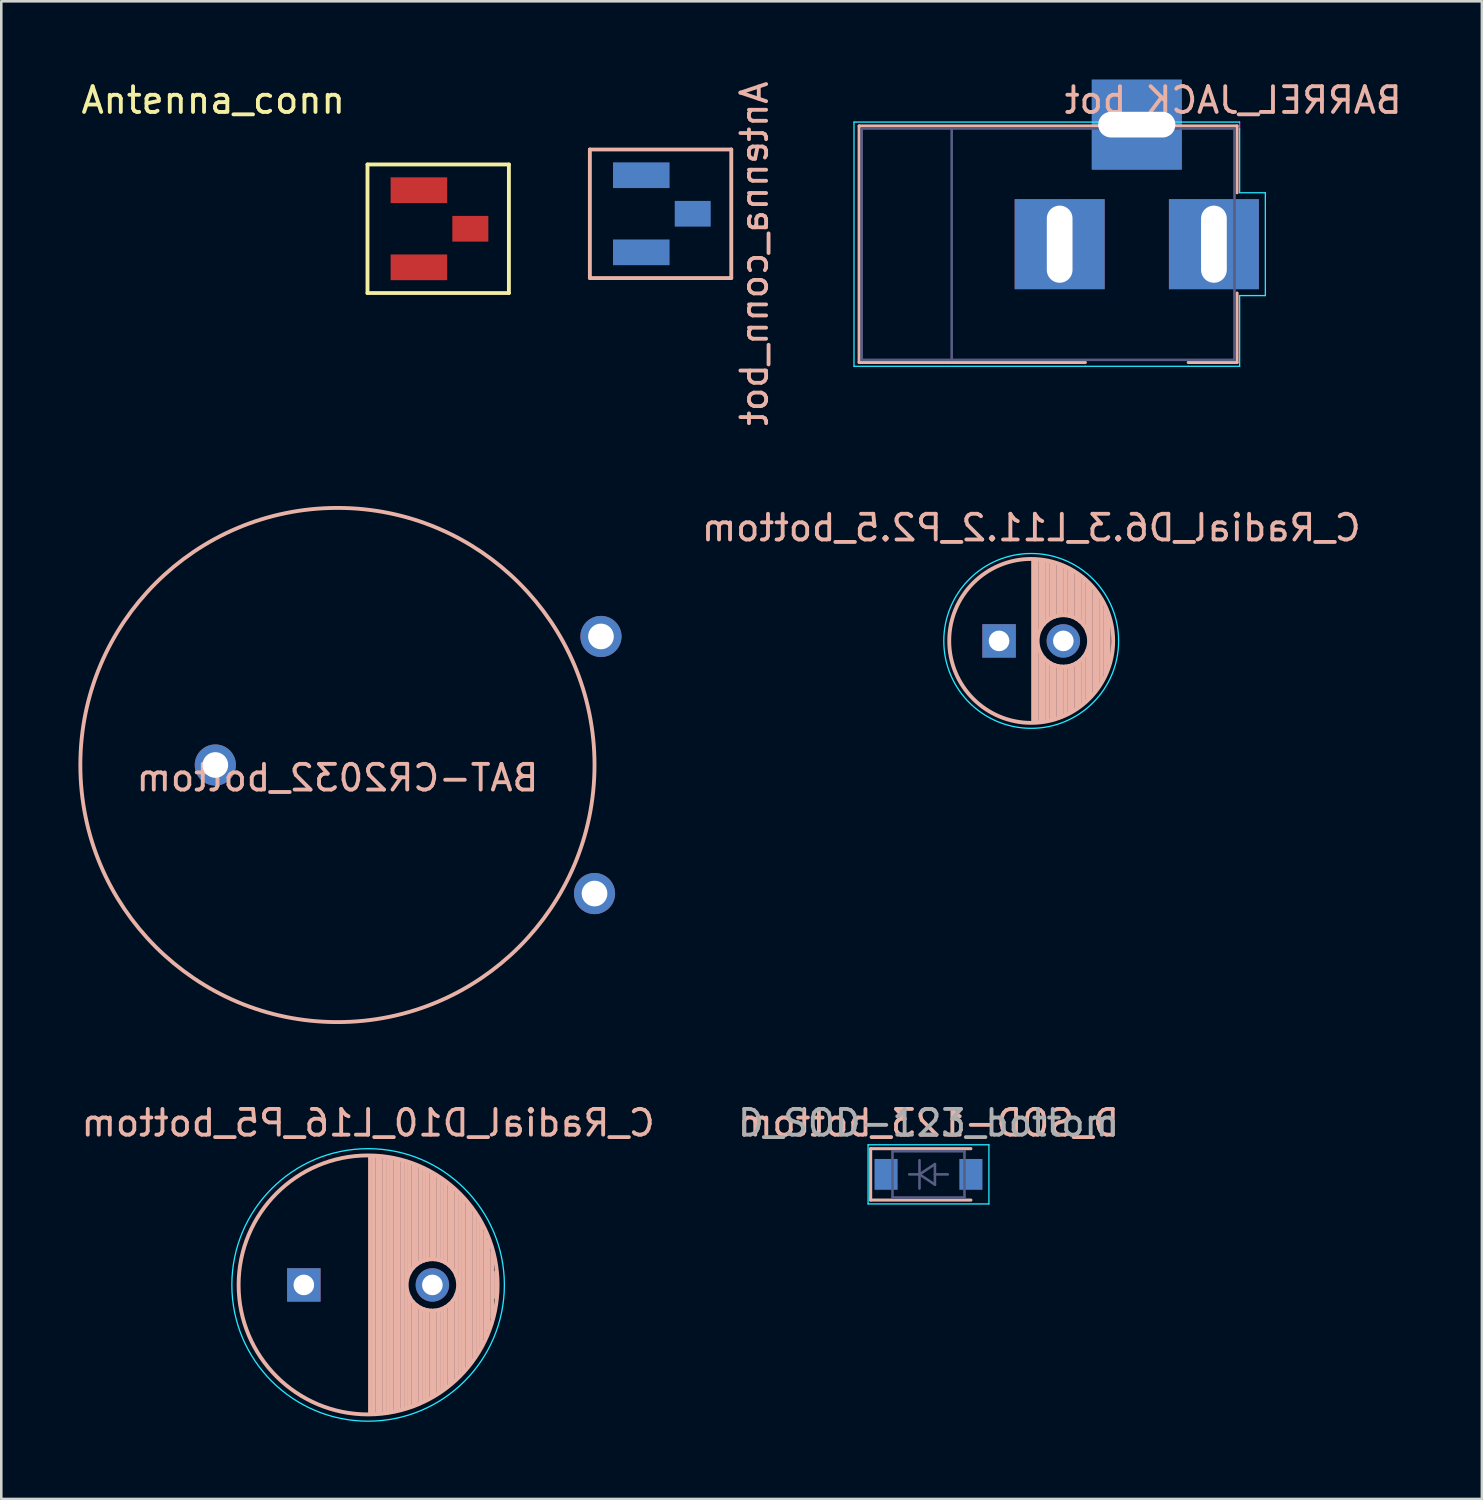
<source format=kicad_pcb>
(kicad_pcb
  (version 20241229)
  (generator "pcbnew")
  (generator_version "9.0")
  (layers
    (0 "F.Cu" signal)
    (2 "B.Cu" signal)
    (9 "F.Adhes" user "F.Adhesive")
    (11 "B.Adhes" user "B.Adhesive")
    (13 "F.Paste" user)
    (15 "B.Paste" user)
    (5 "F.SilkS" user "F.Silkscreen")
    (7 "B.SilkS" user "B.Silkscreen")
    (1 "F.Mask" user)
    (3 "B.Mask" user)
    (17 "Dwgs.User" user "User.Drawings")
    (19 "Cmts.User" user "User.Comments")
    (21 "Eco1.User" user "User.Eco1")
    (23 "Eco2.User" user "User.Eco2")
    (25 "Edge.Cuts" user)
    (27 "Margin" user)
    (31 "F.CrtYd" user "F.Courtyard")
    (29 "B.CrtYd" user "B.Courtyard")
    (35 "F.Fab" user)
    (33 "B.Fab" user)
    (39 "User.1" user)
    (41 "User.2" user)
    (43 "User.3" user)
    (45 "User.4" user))
  (footprint "D_SOD-123_bottom"
    (layer "F.Cu")
    (at 33.065 42.629)
    (property "Reference" "D_SOD-123_bottom" (at 0 -2 0) (layer "B.SilkS") (effects (font (size 1 1) (thickness 0.15)) (justify mirror)))
    (attr smd)
    (fp_line (start -2.25 -1) (end -2.25 1) (stroke (width 0.12) (type solid)) (layer "B.SilkS"))
    (fp_line (start -2.25 -1) (end 1.65 -1) (stroke (width 0.12) (type solid)) (layer "B.SilkS"))
    (fp_line (start -2.25 1) (end 1.65 1) (stroke (width 0.12) (type solid)) (layer "B.SilkS"))
    (fp_line (start -2.35 -1.15) (end -2.35 1.15) (stroke (width 0.05) (type solid)) (layer "B.CrtYd"))
    (fp_line (start -2.35 -1.15) (end 2.35 -1.15) (stroke (width 0.05) (type solid)) (layer "B.CrtYd"))
    (fp_line (start 2.35 -1.15) (end 2.35 1.15) (stroke (width 0.05) (type solid)) (layer "B.CrtYd"))
    (fp_line (start 2.35 1.15) (end -2.35 1.15) (stroke (width 0.05) (type solid)) (layer "B.CrtYd"))
    (fp_line (start -1.4 -0.9) (end 1.4 -0.9) (stroke (width 0.1) (type solid)) (layer "B.Fab"))
    (fp_line (start -1.4 0.9) (end -1.4 -0.9) (stroke (width 0.1) (type solid)) (layer "B.Fab"))
    (fp_line (start -0.75 0) (end -0.35 0) (stroke (width 0.1) (type solid)) (layer "B.Fab"))
    (fp_line (start -0.35 0) (end -0.35 -0.55) (stroke (width 0.1) (type solid)) (layer "B.Fab"))
    (fp_line (start -0.35 0) (end -0.35 0.55) (stroke (width 0.1) (type solid)) (layer "B.Fab"))
    (fp_line (start -0.35 0) (end 0.25 -0.4) (stroke (width 0.1) (type solid)) (layer "B.Fab"))
    (fp_line (start 0.25 -0.4) (end 0.25 0.4) (stroke (width 0.1) (type solid)) (layer "B.Fab"))
    (fp_line (start 0.25 0) (end 0.75 0) (stroke (width 0.1) (type solid)) (layer "B.Fab"))
    (fp_line (start 0.25 0.4) (end -0.35 0) (stroke (width 0.1) (type solid)) (layer "B.Fab"))
    (fp_line (start 1.4 -0.9) (end 1.4 0.9) (stroke (width 0.1) (type solid)) (layer "B.Fab"))
    (fp_line (start 1.4 0.9) (end -1.4 0.9) (stroke (width 0.1) (type solid)) (layer "B.Fab"))
    (fp_text user "${REFERENCE}" (at 0 -2 0) (layer "F.Fab") (effects (font (size 1 1) (thickness 0.15))))
    (pad "1" smd rect (at -1.65 0) (size 0.9 1.2) (layers "B.Cu" "B.Mask" "B.Paste"))
    (pad "2" smd rect (at 1.65 0) (size 0.9 1.2) (layers "B.Cu" "B.Mask" "B.Paste")))
  (footprint "BAT-CR2032_bottom"
    (layer "F.Cu")
    (at 10.075 26.706)
    (property "Reference" "BAT-CR2032_bottom" (at 0 0.5 0) (layer "B.SilkS") (effects (font (size 1 1) (thickness 0.15)) (justify mirror)))
    (attr through_hole)
    (fp_circle (center 0 0) (end 10 0) (stroke (width 0.15) (type solid)) (fill no) (layer "B.SilkS"))
    (pad "1" thru_hole circle (at -4.75 0) (size 1.6 1.6) (drill 1) (layers "*.Cu" "*.Mask"))
    (pad "2" thru_hole circle (at 10.25 -5) (size 1.6 1.6) (drill 1) (layers "*.Cu" "*.Mask"))
    (pad "3" thru_hole circle (at 10 5) (size 1.6 1.6) (drill 1) (layers "*.Cu" "*.Mask")))
  (footprint "Antenna_conn_bot"
    (layer "F.Cu")
    (at 21.894 5.265)
    (property "Reference" "Antenna_conn_bot" (at 4.4 1.55 90) (layer "B.SilkS") (effects (font (size 1 1) (thickness 0.15)) (justify mirror)))
    (attr through_hole)
    (fp_line (start -2 -2.5) (end 3.5 -2.5) (stroke (width 0.15) (type solid)) (layer "B.SilkS"))
    (fp_line (start -2 2.5) (end -2 -2.5) (stroke (width 0.15) (type solid)) (layer "B.SilkS"))
    (fp_line (start 3.5 -2.5) (end 3.5 2.5) (stroke (width 0.15) (type solid)) (layer "B.SilkS"))
    (fp_line (start 3.5 2.5) (end -2 2.5) (stroke (width 0.15) (type solid)) (layer "B.SilkS"))
    (pad "1" smd rect (at 0 -1.5) (size 2.2 1) (layers "B.Cu" "B.Mask" "B.Paste"))
    (pad "2" smd rect (at 2 0) (size 1.4 1) (layers "B.Cu" "B.Mask" "B.Paste"))
    (pad "3" smd rect (at 0 1.5) (size 2.2 1) (layers "B.Cu" "B.Mask" "B.Paste")))
  (footprint "C_Radial_D10_L16_P5_bottom"
    (layer "F.Cu")
    (at 8.768 46.929)
    (property "Reference" "C_Radial_D10_L16_P5_bottom" (at 2.5 -6.3 0) (layer "B.SilkS") (effects (font (size 1 1) (thickness 0.15)) (justify mirror)))
    (attr through_hole)
    (fp_line (start 2.575 -4.999) (end 2.575 4.999) (stroke (width 0.15) (type solid)) (layer "B.SilkS"))
    (fp_line (start 2.715 -4.995) (end 2.715 4.995) (stroke (width 0.15) (type solid)) (layer "B.SilkS"))
    (fp_line (start 2.855 -4.987) (end 2.855 4.987) (stroke (width 0.15) (type solid)) (layer "B.SilkS"))
    (fp_line (start 2.995 -4.975) (end 2.995 4.975) (stroke (width 0.15) (type solid)) (layer "B.SilkS"))
    (fp_line (start 3.135 -4.96) (end 3.135 4.96) (stroke (width 0.15) (type solid)) (layer "B.SilkS"))
    (fp_line (start 3.275 -4.94) (end 3.275 4.94) (stroke (width 0.15) (type solid)) (layer "B.SilkS"))
    (fp_line (start 3.415 -4.916) (end 3.415 4.916) (stroke (width 0.15) (type solid)) (layer "B.SilkS"))
    (fp_line (start 3.555 -4.887) (end 3.555 4.887) (stroke (width 0.15) (type solid)) (layer "B.SilkS"))
    (fp_line (start 3.695 -4.855) (end 3.695 4.855) (stroke (width 0.15) (type solid)) (layer "B.SilkS"))
    (fp_line (start 3.835 -4.818) (end 3.835 4.818) (stroke (width 0.15) (type solid)) (layer "B.SilkS"))
    (fp_line (start 3.975 -4.777) (end 3.975 4.777) (stroke (width 0.15) (type solid)) (layer "B.SilkS"))
    (fp_line (start 4.115 -4.732) (end 4.115 -0.466) (stroke (width 0.15) (type solid)) (layer "B.SilkS"))
    (fp_line (start 4.115 0.466) (end 4.115 4.732) (stroke (width 0.15) (type solid)) (layer "B.SilkS"))
    (fp_line (start 4.255 -4.682) (end 4.255 -0.667) (stroke (width 0.15) (type solid)) (layer "B.SilkS"))
    (fp_line (start 4.255 0.667) (end 4.255 4.682) (stroke (width 0.15) (type solid)) (layer "B.SilkS"))
    (fp_line (start 4.395 -4.627) (end 4.395 -0.796) (stroke (width 0.15) (type solid)) (layer "B.SilkS"))
    (fp_line (start 4.395 0.796) (end 4.395 4.627) (stroke (width 0.15) (type solid)) (layer "B.SilkS"))
    (fp_line (start 4.535 -4.567) (end 4.535 -0.885) (stroke (width 0.15) (type solid)) (layer "B.SilkS"))
    (fp_line (start 4.535 0.885) (end 4.535 4.567) (stroke (width 0.15) (type solid)) (layer "B.SilkS"))
    (fp_line (start 4.675 -4.502) (end 4.675 -0.946) (stroke (width 0.15) (type solid)) (layer "B.SilkS"))
    (fp_line (start 4.675 0.946) (end 4.675 4.502) (stroke (width 0.15) (type solid)) (layer "B.SilkS"))
    (fp_line (start 4.815 -4.432) (end 4.815 -0.983) (stroke (width 0.15) (type solid)) (layer "B.SilkS"))
    (fp_line (start 4.815 0.983) (end 4.815 4.432) (stroke (width 0.15) (type solid)) (layer "B.SilkS"))
    (fp_line (start 4.955 -4.356) (end 4.955 -0.999) (stroke (width 0.15) (type solid)) (layer "B.SilkS"))
    (fp_line (start 4.955 0.999) (end 4.955 4.356) (stroke (width 0.15) (type solid)) (layer "B.SilkS"))
    (fp_line (start 5.095 -4.274) (end 5.095 -0.995) (stroke (width 0.15) (type solid)) (layer "B.SilkS"))
    (fp_line (start 5.095 0.995) (end 5.095 4.274) (stroke (width 0.15) (type solid)) (layer "B.SilkS"))
    (fp_line (start 5.235 -4.186) (end 5.235 -0.972) (stroke (width 0.15) (type solid)) (layer "B.SilkS"))
    (fp_line (start 5.235 0.972) (end 5.235 4.186) (stroke (width 0.15) (type solid)) (layer "B.SilkS"))
    (fp_line (start 5.375 -4.091) (end 5.375 -0.927) (stroke (width 0.15) (type solid)) (layer "B.SilkS"))
    (fp_line (start 5.375 0.927) (end 5.375 4.091) (stroke (width 0.15) (type solid)) (layer "B.SilkS"))
    (fp_line (start 5.515 -3.989) (end 5.515 -0.857) (stroke (width 0.15) (type solid)) (layer "B.SilkS"))
    (fp_line (start 5.515 0.857) (end 5.515 3.989) (stroke (width 0.15) (type solid)) (layer "B.SilkS"))
    (fp_line (start 5.655 -3.879) (end 5.655 -0.756) (stroke (width 0.15) (type solid)) (layer "B.SilkS"))
    (fp_line (start 5.655 0.756) (end 5.655 3.879) (stroke (width 0.15) (type solid)) (layer "B.SilkS"))
    (fp_line (start 5.795 -3.761) (end 5.795 -0.607) (stroke (width 0.15) (type solid)) (layer "B.SilkS"))
    (fp_line (start 5.795 0.607) (end 5.795 3.761) (stroke (width 0.15) (type solid)) (layer "B.SilkS"))
    (fp_line (start 5.935 -3.633) (end 5.935 -0.355) (stroke (width 0.15) (type solid)) (layer "B.SilkS"))
    (fp_line (start 5.935 0.355) (end 5.935 3.633) (stroke (width 0.15) (type solid)) (layer "B.SilkS"))
    (fp_line (start 6.075 -3.496) (end 6.075 3.496) (stroke (width 0.15) (type solid)) (layer "B.SilkS"))
    (fp_line (start 6.215 -3.346) (end 6.215 3.346) (stroke (width 0.15) (type solid)) (layer "B.SilkS"))
    (fp_line (start 6.355 -3.184) (end 6.355 3.184) (stroke (width 0.15) (type solid)) (layer "B.SilkS"))
    (fp_line (start 6.495 -3.007) (end 6.495 3.007) (stroke (width 0.15) (type solid)) (layer "B.SilkS"))
    (fp_line (start 6.635 -2.811) (end 6.635 2.811) (stroke (width 0.15) (type solid)) (layer "B.SilkS"))
    (fp_line (start 6.775 -2.593) (end 6.775 2.593) (stroke (width 0.15) (type solid)) (layer "B.SilkS"))
    (fp_line (start 6.915 -2.347) (end 6.915 2.347) (stroke (width 0.15) (type solid)) (layer "B.SilkS"))
    (fp_line (start 7.055 -2.062) (end 7.055 2.062) (stroke (width 0.15) (type solid)) (layer "B.SilkS"))
    (fp_line (start 7.195 -1.72) (end 7.195 1.72) (stroke (width 0.15) (type solid)) (layer "B.SilkS"))
    (fp_line (start 7.335 -1.274) (end 7.335 1.274) (stroke (width 0.15) (type solid)) (layer "B.SilkS"))
    (fp_line (start 7.475 -0.499) (end 7.475 0.499) (stroke (width 0.15) (type solid)) (layer "B.SilkS"))
    (fp_circle (center 2.5 0) (end 2.5 -5.037) (stroke (width 0.15) (type solid)) (fill no) (layer "B.SilkS"))
    (fp_circle (center 5 0) (end 5 -1) (stroke (width 0.15) (type solid)) (fill no) (layer "B.SilkS"))
    (fp_circle (center 2.5 0) (end 2.5 -5.3) (stroke (width 0.05) (type solid)) (fill no) (layer "B.CrtYd"))
    (pad "1" thru_hole rect (at 0 0) (size 1.3 1.3) (drill 0.8) (layers "*.Cu" "*.Mask"))
    (pad "2" thru_hole circle (at 5 0) (size 1.3 1.3) (drill 0.8) (layers "*.Cu" "*.Mask")))
  (footprint "C_Radial_D6.3_L11.2_P2.5_bottom"
    (layer "F.Cu")
    (at 35.81 21.879)
    (property "Reference" "C_Radial_D6.3_L11.2_P2.5_bottom" (at 1.25 -4.4 0) (layer "B.SilkS") (effects (font (size 1 1) (thickness 0.15)) (justify mirror)))
    (attr through_hole)
    (fp_line (start 1.325 -3.149) (end 1.325 3.149) (stroke (width 0.15) (type solid)) (layer "B.SilkS"))
    (fp_line (start 1.465 -3.143) (end 1.465 3.143) (stroke (width 0.15) (type solid)) (layer "B.SilkS"))
    (fp_line (start 1.605 -3.13) (end 1.605 -0.446) (stroke (width 0.15) (type solid)) (layer "B.SilkS"))
    (fp_line (start 1.605 0.446) (end 1.605 3.13) (stroke (width 0.15) (type solid)) (layer "B.SilkS"))
    (fp_line (start 1.745 -3.111) (end 1.745 -0.656) (stroke (width 0.15) (type solid)) (layer "B.SilkS"))
    (fp_line (start 1.745 0.656) (end 1.745 3.111) (stroke (width 0.15) (type solid)) (layer "B.SilkS"))
    (fp_line (start 1.885 -3.085) (end 1.885 -0.789) (stroke (width 0.15) (type solid)) (layer "B.SilkS"))
    (fp_line (start 1.885 0.789) (end 1.885 3.085) (stroke (width 0.15) (type solid)) (layer "B.SilkS"))
    (fp_line (start 2.025 -3.053) (end 2.025 -0.88) (stroke (width 0.15) (type solid)) (layer "B.SilkS"))
    (fp_line (start 2.025 0.88) (end 2.025 3.053) (stroke (width 0.15) (type solid)) (layer "B.SilkS"))
    (fp_line (start 2.165 -3.014) (end 2.165 -0.942) (stroke (width 0.15) (type solid)) (layer "B.SilkS"))
    (fp_line (start 2.165 0.942) (end 2.165 3.014) (stroke (width 0.15) (type solid)) (layer "B.SilkS"))
    (fp_line (start 2.305 -2.968) (end 2.305 -0.981) (stroke (width 0.15) (type solid)) (layer "B.SilkS"))
    (fp_line (start 2.305 0.981) (end 2.305 2.968) (stroke (width 0.15) (type solid)) (layer "B.SilkS"))
    (fp_line (start 2.445 -2.915) (end 2.445 -0.998) (stroke (width 0.15) (type solid)) (layer "B.SilkS"))
    (fp_line (start 2.445 0.998) (end 2.445 2.915) (stroke (width 0.15) (type solid)) (layer "B.SilkS"))
    (fp_line (start 2.585 -2.853) (end 2.585 -0.996) (stroke (width 0.15) (type solid)) (layer "B.SilkS"))
    (fp_line (start 2.585 0.996) (end 2.585 2.853) (stroke (width 0.15) (type solid)) (layer "B.SilkS"))
    (fp_line (start 2.725 -2.783) (end 2.725 -0.974) (stroke (width 0.15) (type solid)) (layer "B.SilkS"))
    (fp_line (start 2.725 0.974) (end 2.725 2.783) (stroke (width 0.15) (type solid)) (layer "B.SilkS"))
    (fp_line (start 2.865 -2.704) (end 2.865 -0.931) (stroke (width 0.15) (type solid)) (layer "B.SilkS"))
    (fp_line (start 2.865 0.931) (end 2.865 2.704) (stroke (width 0.15) (type solid)) (layer "B.SilkS"))
    (fp_line (start 3.005 -2.616) (end 3.005 -0.863) (stroke (width 0.15) (type solid)) (layer "B.SilkS"))
    (fp_line (start 3.005 0.863) (end 3.005 2.616) (stroke (width 0.15) (type solid)) (layer "B.SilkS"))
    (fp_line (start 3.145 -2.516) (end 3.145 -0.764) (stroke (width 0.15) (type solid)) (layer "B.SilkS"))
    (fp_line (start 3.145 0.764) (end 3.145 2.516) (stroke (width 0.15) (type solid)) (layer "B.SilkS"))
    (fp_line (start 3.285 -2.404) (end 3.285 -0.619) (stroke (width 0.15) (type solid)) (layer "B.SilkS"))
    (fp_line (start 3.285 0.619) (end 3.285 2.404) (stroke (width 0.15) (type solid)) (layer "B.SilkS"))
    (fp_line (start 3.425 -2.279) (end 3.425 -0.38) (stroke (width 0.15) (type solid)) (layer "B.SilkS"))
    (fp_line (start 3.425 0.38) (end 3.425 2.279) (stroke (width 0.15) (type solid)) (layer "B.SilkS"))
    (fp_line (start 3.565 -2.136) (end 3.565 2.136) (stroke (width 0.15) (type solid)) (layer "B.SilkS"))
    (fp_line (start 3.705 -1.974) (end 3.705 1.974) (stroke (width 0.15) (type solid)) (layer "B.SilkS"))
    (fp_line (start 3.845 -1.786) (end 3.845 1.786) (stroke (width 0.15) (type solid)) (layer "B.SilkS"))
    (fp_line (start 3.985 -1.563) (end 3.985 1.563) (stroke (width 0.15) (type solid)) (layer "B.SilkS"))
    (fp_line (start 4.125 -1.287) (end 4.125 1.287) (stroke (width 0.15) (type solid)) (layer "B.SilkS"))
    (fp_line (start 4.265 -0.912) (end 4.265 0.912) (stroke (width 0.15) (type solid)) (layer "B.SilkS"))
    (fp_circle (center 1.25 0) (end 1.25 -3.188) (stroke (width 0.15) (type solid)) (fill no) (layer "B.SilkS"))
    (fp_circle (center 2.5 0) (end 2.5 -1) (stroke (width 0.15) (type solid)) (fill no) (layer "B.SilkS"))
    (fp_circle (center 1.25 0) (end 1.25 -3.4) (stroke (width 0.05) (type solid)) (fill no) (layer "B.CrtYd"))
    (pad "1" thru_hole rect (at 0 0) (size 1.3 1.3) (drill 0.8) (layers "*.Cu" "*.Mask"))
    (pad "2" thru_hole circle (at 2.5 0) (size 1.3 1.3) (drill 0.8) (layers "*.Cu" "*.Mask")))
  (footprint "BARREL_JACK_bot"
    (layer "F.Cu")
    (at 44.167 6.448)
    (property "Reference" "BARREL_JACK_bot" (at 0.75 -5.6 0) (layer "B.SilkS") (effects (font (size 1 1) (thickness 0.15)) (justify mirror)))
    (attr through_hole)
    (fp_line (start -13.8 -4.6) (end 0.9 -4.6) (stroke (width 0.12) (type solid)) (layer "B.SilkS"))
    (fp_line (start -13.8 4.6) (end -13.8 -4.6) (stroke (width 0.12) (type solid)) (layer "B.SilkS"))
    (fp_line (start -5 4.6) (end -13.8 4.6) (stroke (width 0.12) (type solid)) (layer "B.SilkS"))
    (fp_line (start 0.9 -4.6) (end 0.9 -2) (stroke (width 0.12) (type solid)) (layer "B.SilkS"))
    (fp_line (start 0.9 1.9) (end 0.9 4.6) (stroke (width 0.12) (type solid)) (layer "B.SilkS"))
    (fp_line (start 0.9 4.6) (end -1 4.6) (stroke (width 0.12) (type solid)) (layer "B.SilkS"))
    (fp_line (start -14 4.75) (end -14 -4.75) (stroke (width 0.05) (type solid)) (layer "B.CrtYd"))
    (fp_line (start -5 4.75) (end -14 4.75) (stroke (width 0.05) (type solid)) (layer "B.CrtYd"))
    (fp_line (start -1 4.75) (end -5 4.75) (stroke (width 0.05) (type solid)) (layer "B.CrtYd"))
    (fp_line (start 1 -4.75) (end -14 -4.75) (stroke (width 0.05) (type solid)) (layer "B.CrtYd"))
    (fp_line (start 1 -4.5) (end 1 -2) (stroke (width 0.05) (type solid)) (layer "B.CrtYd"))
    (fp_line (start 1 -2) (end 2 -2) (stroke (width 0.05) (type solid)) (layer "B.CrtYd"))
    (fp_line (start 1 2) (end 1 4.75) (stroke (width 0.05) (type solid)) (layer "B.CrtYd"))
    (fp_line (start 1 4.75) (end -1 4.75) (stroke (width 0.05) (type solid)) (layer "B.CrtYd"))
    (fp_line (start 2 -2) (end 2 2) (stroke (width 0.05) (type solid)) (layer "B.CrtYd"))
    (fp_line (start 2 2) (end 1 2) (stroke (width 0.05) (type solid)) (layer "B.CrtYd"))
    (fp_line (start 1 -4.5) (end 1 -4.75) (stroke (width 0.05) (type solid)) (layer "F.CrtYd"))
    (fp_line (start -13.7 -4.5) (end -13.7 4.5) (stroke (width 0.1) (type solid)) (layer "B.Fab"))
    (fp_line (start -13.7 4.5) (end 0.8 4.5) (stroke (width 0.1) (type solid)) (layer "B.Fab"))
    (fp_line (start -10.2 -4.5) (end -10.2 4.5) (stroke (width 0.1) (type solid)) (layer "B.Fab"))
    (fp_line (start 0.8 -4.5) (end -13.7 -4.5) (stroke (width 0.1) (type solid)) (layer "B.Fab"))
    (fp_line (start 0.8 4.5) (end 0.8 -4.5) (stroke (width 0.1) (type solid)) (layer "B.Fab"))
    (pad "1" thru_hole rect (at 0 0) (size 3.5 3.5) (drill oval 1 3) (layers "*.Cu" "*.Mask"))
    (pad "2" thru_hole rect (at -6 0) (size 3.5 3.5) (drill oval 1 3) (layers "*.Cu" "*.Mask"))
    (pad "3" thru_hole rect (at -3 -4.65) (size 3.5 3.5) (drill oval 3 1) (layers "*.Cu" "*.Mask")))
  (footprint "Antenna_conn"
    (layer "F.Cu")
    (at 13.244 5.848)
    (property "Reference" "Antenna_conn" (at -8 -5 0) (layer "F.SilkS") (effects (font (size 1 1) (thickness 0.15))))
    (attr through_hole)
    (fp_line (start -2 -2.5) (end 3.5 -2.5) (stroke (width 0.15) (type solid)) (layer "F.SilkS"))
    (fp_line (start -2 2.5) (end -2 -2.5) (stroke (width 0.15) (type solid)) (layer "F.SilkS"))
    (fp_line (start 3.5 -2.5) (end 3.5 2.5) (stroke (width 0.15) (type solid)) (layer "F.SilkS"))
    (fp_line (start 3.5 2.5) (end -2 2.5) (stroke (width 0.15) (type solid)) (layer "F.SilkS"))
    (pad "1" smd rect (at 0 1.5) (size 2.2 1) (layers "F.Cu" "F.Mask" "F.Paste"))
    (pad "2" smd rect (at 2 0) (size 1.4 1) (layers "F.Cu" "F.Mask" "F.Paste"))
    (pad "3" smd rect (at 0 -1.5) (size 2.2 1) (layers "F.Cu" "F.Mask" "F.Paste")))
  (gr_rect
    (start -3 -3)
    (end 54.59 55.254)
    (stroke (width 0.1) (type default))
    (fill no)
    (layer "Edge.Cuts")))
</source>
